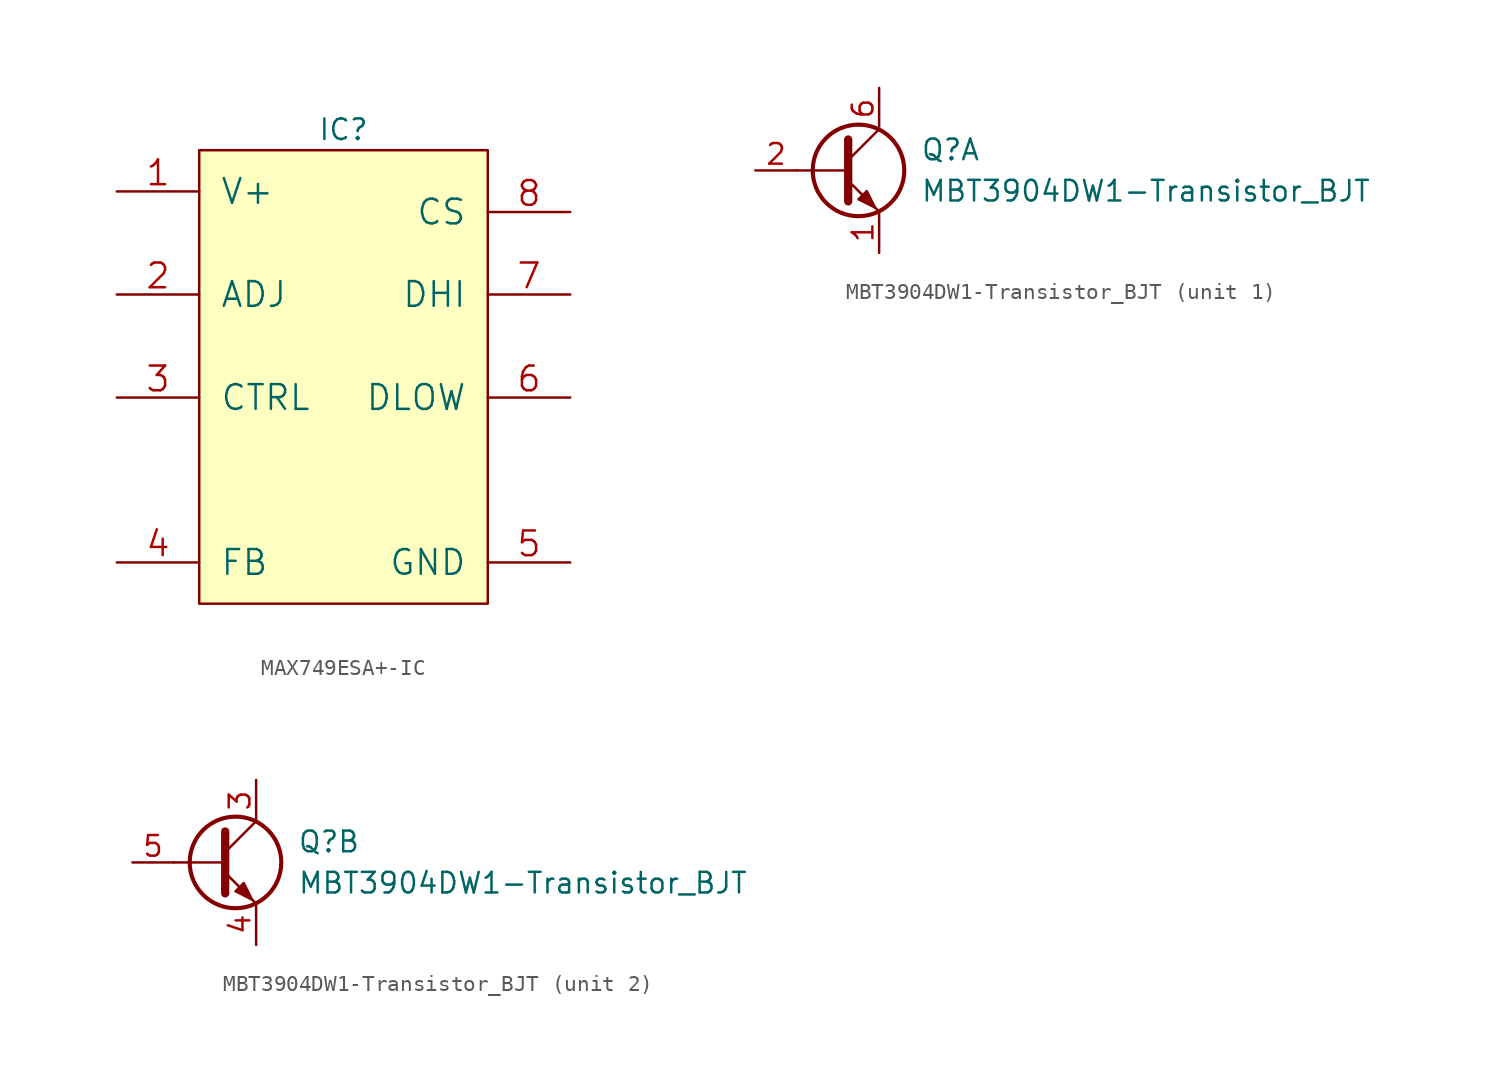
<source format=kicad_sym>
(kicad_symbol_lib
  (version 20200126)
  (host kicad_symbol_editor "(5.99.0-2809-gaceed2b0a4)")
  (symbol "LCD_Board-rescue:MAX749ESA+-IC"
    (pin_names
      (offset 1.27))
    (property "Reference" "IC"
      (at 8.89 1.27 0)
      (effects (font (size 1.27 1.27))))
    (symbol "MAX749ESA+-IC_0_1"
      (rectangle (start 0 -27.94) (end 17.78 0) (stroke (width 0)) (fill (type background)))
      (pin input line (at -5.08 -2.54 0) (length 5.08) (name "V+" (effects (font (size 1.524 1.524)))) (number "1" (effects (font (size 1.524 1.524)))))
      (pin input line (at -5.08 -8.89 0) (length 5.08) (name "ADJ" (effects (font (size 1.524 1.524)))) (number "2" (effects (font (size 1.524 1.524)))))
      (pin input line (at -5.08 -15.24 0) (length 5.08) (name "CTRL" (effects (font (size 1.524 1.524)))) (number "3" (effects (font (size 1.524 1.524)))))
      (pin input line (at -5.08 -25.4 0) (length 5.08) (name "FB" (effects (font (size 1.524 1.524)))) (number "4" (effects (font (size 1.524 1.524)))))
      (pin power_in line (at 22.86 -25.4 180) (length 5.08) (name "GND" (effects (font (size 1.524 1.524)))) (number "5" (effects (font (size 1.524 1.524)))))
      (pin passive line (at 22.86 -15.24 180) (length 5.08) (name "DLOW" (effects (font (size 1.524 1.524)))) (number "6" (effects (font (size 1.524 1.524)))))
      (pin output line (at 22.86 -8.89 180) (length 5.08) (name "DHI" (effects (font (size 1.524 1.524)))) (number "7" (effects (font (size 1.524 1.524)))))
      (pin input line (at 22.86 -3.81 180) (length 5.08) (name "CS" (effects (font (size 1.524 1.524)))) (number "8" (effects (font (size 1.524 1.524)))))))
  (symbol "LCD_Board-rescue:MBT3904DW1-Transistor_BJT"
    (pin_names
      (offset 0) hide)
    (property "Reference" "Q"
      (at 5.08 1.27 0)
      (effects (font (size 1.27 1.27)) (justify left)))
    (property "Value" "MBT3904DW1-Transistor_BJT"
      (at 5.08 -1.27 0)
      (effects (font (size 1.27 1.27)) (justify left)))
    (property "ki_locked" ""
      (at 0 0 0)
      (effects (font (size 1.27 1.27))))
    (symbol "MBT3904DW1-Transistor_BJT_0_1"
      (circle (center 1.27 0) (radius 2.819) (stroke (width 0.254)) (fill (type none)))
      (polyline (pts (xy 0.635 0) (xy -2.54 0)) (stroke (width 0)) (fill (type none)))
      (polyline (pts (xy 0.635 0.635) (xy 2.54 2.54)) (stroke (width 0)) (fill (type none)))
      (polyline (pts (xy 0.635 -0.635) (xy 2.54 -2.54) (xy 2.54 -2.54)) (stroke (width 0)) (fill (type none)))
      (polyline (pts (xy 0.635 1.905) (xy 0.635 -1.905) (xy 0.635 -1.905)) (stroke (width 0.508)) (fill (type none)))
      (polyline (pts (xy 1.27 -1.778) (xy 1.778 -1.27) (xy 2.286 -2.286) (xy 1.27 -1.778) (xy 1.27 -1.778)) (stroke (width 0)) (fill (type outline))))
    (symbol "MBT3904DW1-Transistor_BJT_1_1"
      (pin passive line (at 2.54 -5.08 90) (length 2.54) (name "E1" (effects (font (size 1.27 1.27)))) (number "1" (effects (font (size 1.27 1.27)))))
      (pin input line (at -5.08 0 0) (length 2.54) (name "B1" (effects (font (size 1.27 1.27)))) (number "2" (effects (font (size 1.27 1.27)))))
      (pin passive line (at 2.54 5.08 270) (length 2.54) (name "C1" (effects (font (size 1.27 1.27)))) (number "6" (effects (font (size 1.27 1.27))))))
    (symbol "MBT3904DW1-Transistor_BJT_2_1"
      (pin passive line (at 2.54 5.08 270) (length 2.54) (name "C2" (effects (font (size 1.27 1.27)))) (number "3" (effects (font (size 1.27 1.27)))))
      (pin passive line (at 2.54 -5.08 90) (length 2.54) (name "E2" (effects (font (size 1.27 1.27)))) (number "4" (effects (font (size 1.27 1.27)))))
      (pin input line (at -5.08 0 0) (length 2.54) (name "B2" (effects (font (size 1.27 1.27)))) (number "5" (effects (font (size 1.27 1.27))))))))
</source>
